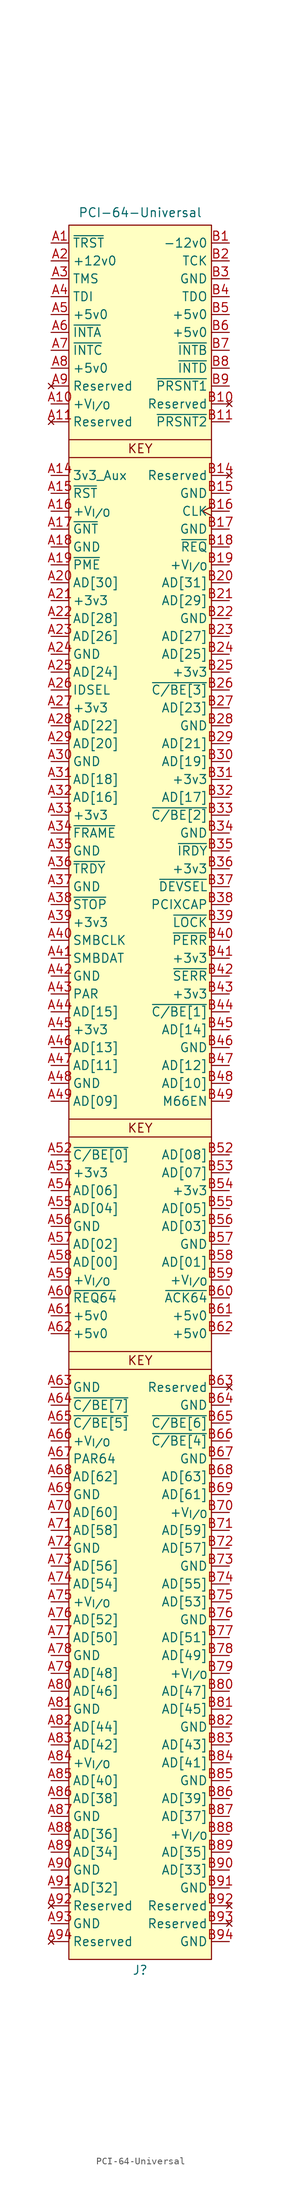
<source format=kicad_sym>
(kicad_symbol_lib
  (version 20241209)
  (generator "kicad_symbol_editor")
  (generator_version "9.0")
  (symbol "PCI-64-Universal"
    (property "Reference" "J"
      (at 0 -216.154 0)
      (effects (font (size 1.27 1.27))))
    (property "Value" "PCI-64-Universal"
      (at 0 33.528 0)
      (effects (font (size 1.27 1.27))))
    (symbol "PCI-64-Universal_1_1"
      (rectangle (start -10.16 31.75) (end 10.16 -214.63) (stroke (width 0) (type solid)) (fill (type background)))
      (polyline (pts (xy -10.16 1.27) (xy 10.16 1.27)) (stroke (width 0) (type default)) (fill (type none)))
      (polyline (pts (xy -10.16 -1.27) (xy 10.16 -1.27)) (stroke (width 0) (type default)) (fill (type none)))
      (polyline (pts (xy -10.16 -95.25) (xy 10.16 -95.25)) (stroke (width 0) (type default)) (fill (type none)))
      (polyline (pts (xy -10.16 -97.79) (xy 10.16 -97.79)) (stroke (width 0) (type default)) (fill (type none)))
      (polyline (pts (xy -10.16 -128.27) (xy 10.16 -128.27)) (stroke (width 0) (type default)) (fill (type none)))
      (polyline (pts (xy -10.16 -130.81) (xy 10.16 -130.81)) (stroke (width 0) (type default)) (fill (type none)))
      (text "KEY" (at 0 0 0) (effects (font (size 1.27 1.27))))
      (text "KEY" (at 0 -96.52 0) (effects (font (size 1.27 1.27))))
      (text "KEY" (at 0 -129.54 0) (effects (font (size 1.27 1.27))))
      (pin input line (at -12.7 29.21 0) (length 2.54) (name "~{TRST}" (effects (font (size 1.27 1.27)))) (number "A1" (effects (font (size 1.27 1.27)))))
      (pin power_in line (at -12.7 26.67 0) (length 2.54) (name "+12v0" (effects (font (size 1.27 1.27)))) (number "A2" (effects (font (size 1.27 1.27)))))
      (pin input line (at -12.7 24.13 0) (length 2.54) (name "TMS" (effects (font (size 1.27 1.27)))) (number "A3" (effects (font (size 1.27 1.27)))))
      (pin input line (at -12.7 21.59 0) (length 2.54) (name "TDI" (effects (font (size 1.27 1.27)))) (number "A4" (effects (font (size 1.27 1.27)))))
      (pin power_in line (at -12.7 19.05 0) (length 2.54) (name "+5v0" (effects (font (size 1.27 1.27)))) (number "A5" (effects (font (size 1.27 1.27)))))
      (pin open_emitter line (at -12.7 16.51 0) (length 2.54) (name "~{INTA}" (effects (font (size 1.27 1.27)))) (number "A6" (effects (font (size 1.27 1.27)))))
      (pin open_emitter line (at -12.7 13.97 0) (length 2.54) (name "~{INTC}" (effects (font (size 1.27 1.27)))) (number "A7" (effects (font (size 1.27 1.27)))))
      (pin power_in line (at -12.7 11.43 0) (length 2.54) (name "+5v0" (effects (font (size 1.27 1.27)))) (number "A8" (effects (font (size 1.27 1.27)))))
      (pin no_connect line (at -12.7 8.89 0) (length 2.54) (name "Reserved" (effects (font (size 1.27 1.27)))) (number "A9" (effects (font (size 1.27 1.27)))))
      (pin power_in line (at -12.7 6.35 0) (length 2.54) (name "+V_{I/O}" (effects (font (size 1.27 1.27)))) (number "A10" (effects (font (size 1.27 1.27)))))
      (pin no_connect line (at -12.7 3.81 0) (length 2.54) (name "Reserved" (effects (font (size 1.27 1.27)))) (number "A11" (effects (font (size 1.27 1.27)))))
      (pin power_in line (at -12.7 -3.81 0) (length 2.54) (name "3v3_Aux" (effects (font (size 1.27 1.27)))) (number "A14" (effects (font (size 1.27 1.27)))))
      (pin input line (at -12.7 -6.35 0) (length 2.54) (name "~{RST}" (effects (font (size 1.27 1.27)))) (number "A15" (effects (font (size 1.27 1.27)))))
      (pin power_in line (at -12.7 -8.89 0) (length 2.54) (name "+V_{I/O}" (effects (font (size 1.27 1.27)))) (number "A16" (effects (font (size 1.27 1.27)))))
      (pin tri_state line (at -12.7 -11.43 0) (length 2.54) (name "~{GNT}" (effects (font (size 1.27 1.27)))) (number "A17" (effects (font (size 1.27 1.27)))))
      (pin power_in line (at -12.7 -13.97 0) (length 2.54) (name "GND" (effects (font (size 1.27 1.27)))) (number "A18" (effects (font (size 1.27 1.27)))))
      (pin open_emitter line (at -12.7 -16.51 0) (length 2.54) (name "~{PME}" (effects (font (size 1.27 1.27)))) (number "A19" (effects (font (size 1.27 1.27)))))
      (pin tri_state line (at -12.7 -19.05 0) (length 2.54) (name "AD[30]" (effects (font (size 1.27 1.27)))) (number "A20" (effects (font (size 1.27 1.27)))))
      (pin power_in line (at -12.7 -21.59 0) (length 2.54) (name "+3v3" (effects (font (size 1.27 1.27)))) (number "A21" (effects (font (size 1.27 1.27)))))
      (pin tri_state line (at -12.7 -24.13 0) (length 2.54) (name "AD[28]" (effects (font (size 1.27 1.27)))) (number "A22" (effects (font (size 1.27 1.27)))))
      (pin tri_state line (at -12.7 -26.67 0) (length 2.54) (name "AD[26]" (effects (font (size 1.27 1.27)))) (number "A23" (effects (font (size 1.27 1.27)))))
      (pin power_in line (at -12.7 -29.21 0) (length 2.54) (name "GND" (effects (font (size 1.27 1.27)))) (number "A24" (effects (font (size 1.27 1.27)))))
      (pin tri_state line (at -12.7 -31.75 0) (length 2.54) (name "AD[24]" (effects (font (size 1.27 1.27)))) (number "A25" (effects (font (size 1.27 1.27)))))
      (pin input line (at -12.7 -34.29 0) (length 2.54) (name "IDSEL" (effects (font (size 1.27 1.27)))) (number "A26" (effects (font (size 1.27 1.27)))))
      (pin power_in line (at -12.7 -36.83 0) (length 2.54) (name "+3v3" (effects (font (size 1.27 1.27)))) (number "A27" (effects (font (size 1.27 1.27)))))
      (pin tri_state line (at -12.7 -39.37 0) (length 2.54) (name "AD[22]" (effects (font (size 1.27 1.27)))) (number "A28" (effects (font (size 1.27 1.27)))))
      (pin tri_state line (at -12.7 -41.91 0) (length 2.54) (name "AD[20]" (effects (font (size 1.27 1.27)))) (number "A29" (effects (font (size 1.27 1.27)))))
      (pin power_in line (at -12.7 -44.45 0) (length 2.54) (name "GND" (effects (font (size 1.27 1.27)))) (number "A30" (effects (font (size 1.27 1.27)))))
      (pin tri_state line (at -12.7 -46.99 0) (length 2.54) (name "AD[18]" (effects (font (size 1.27 1.27)))) (number "A31" (effects (font (size 1.27 1.27)))))
      (pin tri_state line (at -12.7 -49.53 0) (length 2.54) (name "AD[16]" (effects (font (size 1.27 1.27)))) (number "A32" (effects (font (size 1.27 1.27)))))
      (pin power_in line (at -12.7 -52.07 0) (length 2.54) (name "+3v3" (effects (font (size 1.27 1.27)))) (number "A33" (effects (font (size 1.27 1.27)))))
      (pin tri_state line (at -12.7 -54.61 0) (length 2.54) (name "~{FRAME}" (effects (font (size 1.27 1.27)))) (number "A34" (effects (font (size 1.27 1.27)))))
      (pin power_in line (at -12.7 -57.15 0) (length 2.54) (name "GND" (effects (font (size 1.27 1.27)))) (number "A35" (effects (font (size 1.27 1.27)))))
      (pin tri_state line (at -12.7 -59.69 0) (length 2.54) (name "~{TRDY}" (effects (font (size 1.27 1.27)))) (number "A36" (effects (font (size 1.27 1.27)))))
      (pin power_in line (at -12.7 -62.23 0) (length 2.54) (name "GND" (effects (font (size 1.27 1.27)))) (number "A37" (effects (font (size 1.27 1.27)))))
      (pin tri_state line (at -12.7 -64.77 0) (length 2.54) (name "~{STOP}" (effects (font (size 1.27 1.27)))) (number "A38" (effects (font (size 1.27 1.27)))))
      (pin power_in line (at -12.7 -67.31 0) (length 2.54) (name "+3v3" (effects (font (size 1.27 1.27)))) (number "A39" (effects (font (size 1.27 1.27)))))
      (pin open_emitter line (at -12.7 -69.85 0) (length 2.54) (name "SMBCLK" (effects (font (size 1.27 1.27)))) (number "A40" (effects (font (size 1.27 1.27)))))
      (pin open_emitter line (at -12.7 -72.39 0) (length 2.54) (name "SMBDAT" (effects (font (size 1.27 1.27)))) (number "A41" (effects (font (size 1.27 1.27)))))
      (pin power_in line (at -12.7 -74.93 0) (length 2.54) (name "GND" (effects (font (size 1.27 1.27)))) (number "A42" (effects (font (size 1.27 1.27)))))
      (pin tri_state line (at -12.7 -77.47 0) (length 2.54) (name "PAR" (effects (font (size 1.27 1.27)))) (number "A43" (effects (font (size 1.27 1.27)))))
      (pin tri_state line (at -12.7 -80.01 0) (length 2.54) (name "AD[15]" (effects (font (size 1.27 1.27)))) (number "A44" (effects (font (size 1.27 1.27)))))
      (pin power_in line (at -12.7 -82.55 0) (length 2.54) (name "+3v3" (effects (font (size 1.27 1.27)))) (number "A45" (effects (font (size 1.27 1.27)))))
      (pin tri_state line (at -12.7 -85.09 0) (length 2.54) (name "AD[13]" (effects (font (size 1.27 1.27)))) (number "A46" (effects (font (size 1.27 1.27)))))
      (pin tri_state line (at -12.7 -87.63 0) (length 2.54) (name "AD[11]" (effects (font (size 1.27 1.27)))) (number "A47" (effects (font (size 1.27 1.27)))))
      (pin power_in line (at -12.7 -90.17 0) (length 2.54) (name "GND" (effects (font (size 1.27 1.27)))) (number "A48" (effects (font (size 1.27 1.27)))))
      (pin tri_state line (at -12.7 -92.71 0) (length 2.54) (name "AD[09]" (effects (font (size 1.27 1.27)))) (number "A49" (effects (font (size 1.27 1.27)))))
      (pin tri_state line (at -12.7 -100.33 0) (length 2.54) (name "~{C/BE[0]}" (effects (font (size 1.27 1.27)))) (number "A52" (effects (font (size 1.27 1.27)))))
      (pin power_in line (at -12.7 -102.87 0) (length 2.54) (name "+3v3" (effects (font (size 1.27 1.27)))) (number "A53" (effects (font (size 1.27 1.27)))))
      (pin tri_state line (at -12.7 -105.41 0) (length 2.54) (name "AD[06]" (effects (font (size 1.27 1.27)))) (number "A54" (effects (font (size 1.27 1.27)))))
      (pin tri_state line (at -12.7 -107.95 0) (length 2.54) (name "AD[04]" (effects (font (size 1.27 1.27)))) (number "A55" (effects (font (size 1.27 1.27)))))
      (pin power_in line (at -12.7 -110.49 0) (length 2.54) (name "GND" (effects (font (size 1.27 1.27)))) (number "A56" (effects (font (size 1.27 1.27)))))
      (pin tri_state line (at -12.7 -113.03 0) (length 2.54) (name "AD[02]" (effects (font (size 1.27 1.27)))) (number "A57" (effects (font (size 1.27 1.27)))))
      (pin tri_state line (at -12.7 -115.57 0) (length 2.54) (name "AD[00]" (effects (font (size 1.27 1.27)))) (number "A58" (effects (font (size 1.27 1.27)))))
      (pin power_in line (at -12.7 -118.11 0) (length 2.54) (name "+V_{I/O}" (effects (font (size 1.27 1.27)))) (number "A59" (effects (font (size 1.27 1.27)))))
      (pin tri_state line (at -12.7 -120.65 0) (length 2.54) (name "~{REQ64}" (effects (font (size 1.27 1.27)))) (number "A60" (effects (font (size 1.27 1.27)))))
      (pin power_in line (at -12.7 -123.19 0) (length 2.54) (name "+5v0" (effects (font (size 1.27 1.27)))) (number "A61" (effects (font (size 1.27 1.27)))))
      (pin power_in line (at -12.7 -125.73 0) (length 2.54) (name "+5v0" (effects (font (size 1.27 1.27)))) (number "A62" (effects (font (size 1.27 1.27)))))
      (pin power_in line (at -12.7 -133.35 0) (length 2.54) (name "GND" (effects (font (size 1.27 1.27)))) (number "A63" (effects (font (size 1.27 1.27)))))
      (pin tri_state line (at -12.7 -135.89 0) (length 2.54) (name "~{C/BE[7]}" (effects (font (size 1.27 1.27)))) (number "A64" (effects (font (size 1.27 1.27)))))
      (pin tri_state line (at -12.7 -138.43 0) (length 2.54) (name "~{C/BE[5]}" (effects (font (size 1.27 1.27)))) (number "A65" (effects (font (size 1.27 1.27)))))
      (pin power_in line (at -12.7 -140.97 0) (length 2.54) (name "+V_{I/O}" (effects (font (size 1.27 1.27)))) (number "A66" (effects (font (size 1.27 1.27)))))
      (pin tri_state line (at -12.7 -143.51 0) (length 2.54) (name "PAR64" (effects (font (size 1.27 1.27)))) (number "A67" (effects (font (size 1.27 1.27)))))
      (pin tri_state line (at -12.7 -146.05 0) (length 2.54) (name "AD[62]" (effects (font (size 1.27 1.27)))) (number "A68" (effects (font (size 1.27 1.27)))))
      (pin power_in line (at -12.7 -148.59 0) (length 2.54) (name "GND" (effects (font (size 1.27 1.27)))) (number "A69" (effects (font (size 1.27 1.27)))))
      (pin tri_state line (at -12.7 -151.13 0) (length 2.54) (name "AD[60]" (effects (font (size 1.27 1.27)))) (number "A70" (effects (font (size 1.27 1.27)))))
      (pin tri_state line (at -12.7 -153.67 0) (length 2.54) (name "AD[58]" (effects (font (size 1.27 1.27)))) (number "A71" (effects (font (size 1.27 1.27)))))
      (pin power_in line (at -12.7 -156.21 0) (length 2.54) (name "GND" (effects (font (size 1.27 1.27)))) (number "A72" (effects (font (size 1.27 1.27)))))
      (pin tri_state line (at -12.7 -158.75 0) (length 2.54) (name "AD[56]" (effects (font (size 1.27 1.27)))) (number "A73" (effects (font (size 1.27 1.27)))))
      (pin tri_state line (at -12.7 -161.29 0) (length 2.54) (name "AD[54]" (effects (font (size 1.27 1.27)))) (number "A74" (effects (font (size 1.27 1.27)))))
      (pin power_in line (at -12.7 -163.83 0) (length 2.54) (name "+V_{I/O}" (effects (font (size 1.27 1.27)))) (number "A75" (effects (font (size 1.27 1.27)))))
      (pin tri_state line (at -12.7 -166.37 0) (length 2.54) (name "AD[52]" (effects (font (size 1.27 1.27)))) (number "A76" (effects (font (size 1.27 1.27)))))
      (pin tri_state line (at -12.7 -168.91 0) (length 2.54) (name "AD[50]" (effects (font (size 1.27 1.27)))) (number "A77" (effects (font (size 1.27 1.27)))))
      (pin power_in line (at -12.7 -171.45 0) (length 2.54) (name "GND" (effects (font (size 1.27 1.27)))) (number "A78" (effects (font (size 1.27 1.27)))))
      (pin tri_state line (at -12.7 -173.99 0) (length 2.54) (name "AD[48]" (effects (font (size 1.27 1.27)))) (number "A79" (effects (font (size 1.27 1.27)))))
      (pin tri_state line (at -12.7 -176.53 0) (length 2.54) (name "AD[46]" (effects (font (size 1.27 1.27)))) (number "A80" (effects (font (size 1.27 1.27)))))
      (pin power_in line (at -12.7 -179.07 0) (length 2.54) (name "GND" (effects (font (size 1.27 1.27)))) (number "A81" (effects (font (size 1.27 1.27)))))
      (pin tri_state line (at -12.7 -181.61 0) (length 2.54) (name "AD[44]" (effects (font (size 1.27 1.27)))) (number "A82" (effects (font (size 1.27 1.27)))))
      (pin tri_state line (at -12.7 -184.15 0) (length 2.54) (name "AD[42]" (effects (font (size 1.27 1.27)))) (number "A83" (effects (font (size 1.27 1.27)))))
      (pin power_in line (at -12.7 -186.69 0) (length 2.54) (name "+V_{I/O}" (effects (font (size 1.27 1.27)))) (number "A84" (effects (font (size 1.27 1.27)))))
      (pin tri_state line (at -12.7 -189.23 0) (length 2.54) (name "AD[40]" (effects (font (size 1.27 1.27)))) (number "A85" (effects (font (size 1.27 1.27)))))
      (pin tri_state line (at -12.7 -191.77 0) (length 2.54) (name "AD[38]" (effects (font (size 1.27 1.27)))) (number "A86" (effects (font (size 1.27 1.27)))))
      (pin power_in line (at -12.7 -194.31 0) (length 2.54) (name "GND" (effects (font (size 1.27 1.27)))) (number "A87" (effects (font (size 1.27 1.27)))))
      (pin tri_state line (at -12.7 -196.85 0) (length 2.54) (name "AD[36]" (effects (font (size 1.27 1.27)))) (number "A88" (effects (font (size 1.27 1.27)))))
      (pin tri_state line (at -12.7 -199.39 0) (length 2.54) (name "AD[34]" (effects (font (size 1.27 1.27)))) (number "A89" (effects (font (size 1.27 1.27)))))
      (pin power_in line (at -12.7 -201.93 0) (length 2.54) (name "GND" (effects (font (size 1.27 1.27)))) (number "A90" (effects (font (size 1.27 1.27)))))
      (pin tri_state line (at -12.7 -204.47 0) (length 2.54) (name "AD[32]" (effects (font (size 1.27 1.27)))) (number "A91" (effects (font (size 1.27 1.27)))))
      (pin no_connect line (at -12.7 -207.01 0) (length 2.54) (name "Reserved" (effects (font (size 1.27 1.27)))) (number "A92" (effects (font (size 1.27 1.27)))))
      (pin power_in line (at -12.7 -209.55 0) (length 2.54) (name "GND" (effects (font (size 1.27 1.27)))) (number "A93" (effects (font (size 1.27 1.27)))))
      (pin no_connect line (at -12.7 -212.09 0) (length 2.54) (name "Reserved" (effects (font (size 1.27 1.27)))) (number "A94" (effects (font (size 1.27 1.27)))))
      (pin power_in line (at 12.7 29.21 180) (length 2.54) (name "-12v0" (effects (font (size 1.27 1.27)))) (number "B1" (effects (font (size 1.27 1.27)))))
      (pin input line (at 12.7 26.67 180) (length 2.54) (name "TCK" (effects (font (size 1.27 1.27)))) (number "B2" (effects (font (size 1.27 1.27)))))
      (pin power_in line (at 12.7 24.13 180) (length 2.54) (name "GND" (effects (font (size 1.27 1.27)))) (number "B3" (effects (font (size 1.27 1.27)))))
      (pin output line (at 12.7 21.59 180) (length 2.54) (name "TDO" (effects (font (size 1.27 1.27)))) (number "B4" (effects (font (size 1.27 1.27)))))
      (pin power_in line (at 12.7 19.05 180) (length 2.54) (name "+5v0" (effects (font (size 1.27 1.27)))) (number "B5" (effects (font (size 1.27 1.27)))))
      (pin power_in line (at 12.7 16.51 180) (length 2.54) (name "+5v0" (effects (font (size 1.27 1.27)))) (number "B6" (effects (font (size 1.27 1.27)))))
      (pin open_emitter line (at 12.7 13.97 180) (length 2.54) (name "~{INTB}" (effects (font (size 1.27 1.27)))) (number "B7" (effects (font (size 1.27 1.27)))))
      (pin open_emitter line (at 12.7 11.43 180) (length 2.54) (name "~{INTD}" (effects (font (size 1.27 1.27)))) (number "B8" (effects (font (size 1.27 1.27)))))
      (pin input line (at 12.7 8.89 180) (length 2.54) (name "~{PRSNT1}" (effects (font (size 1.27 1.27)))) (number "B9" (effects (font (size 1.27 1.27)))))
      (pin no_connect line (at 12.7 6.35 180) (length 2.54) (name "Reserved" (effects (font (size 1.27 1.27)))) (number "B10" (effects (font (size 1.27 1.27)))))
      (pin input line (at 12.7 3.81 180) (length 2.54) (name "~{PRSNT2}" (effects (font (size 1.27 1.27)))) (number "B11" (effects (font (size 1.27 1.27)))))
      (pin no_connect line (at 12.7 -3.81 180) (length 2.54) (name "Reserved" (effects (font (size 1.27 1.27)))) (number "B14" (effects (font (size 1.27 1.27)))))
      (pin power_in line (at 12.7 -6.35 180) (length 2.54) (name "GND" (effects (font (size 1.27 1.27)))) (number "B15" (effects (font (size 1.27 1.27)))))
      (pin input clock (at 12.7 -8.89 180) (length 2.54) (name "CLK" (effects (font (size 1.27 1.27)))) (number "B16" (effects (font (size 1.27 1.27)))))
      (pin power_in line (at 12.7 -11.43 180) (length 2.54) (name "GND" (effects (font (size 1.27 1.27)))) (number "B17" (effects (font (size 1.27 1.27)))))
      (pin tri_state line (at 12.7 -13.97 180) (length 2.54) (name "~{REQ}" (effects (font (size 1.27 1.27)))) (number "B18" (effects (font (size 1.27 1.27)))))
      (pin power_in line (at 12.7 -16.51 180) (length 2.54) (name "+V_{I/O}" (effects (font (size 1.27 1.27)))) (number "B19" (effects (font (size 1.27 1.27)))))
      (pin tri_state line (at 12.7 -19.05 180) (length 2.54) (name "AD[31]" (effects (font (size 1.27 1.27)))) (number "B20" (effects (font (size 1.27 1.27)))))
      (pin tri_state line (at 12.7 -21.59 180) (length 2.54) (name "AD[29]" (effects (font (size 1.27 1.27)))) (number "B21" (effects (font (size 1.27 1.27)))))
      (pin power_in line (at 12.7 -24.13 180) (length 2.54) (name "GND" (effects (font (size 1.27 1.27)))) (number "B22" (effects (font (size 1.27 1.27)))))
      (pin tri_state line (at 12.7 -26.67 180) (length 2.54) (name "AD[27]" (effects (font (size 1.27 1.27)))) (number "B23" (effects (font (size 1.27 1.27)))))
      (pin tri_state line (at 12.7 -29.21 180) (length 2.54) (name "AD[25]" (effects (font (size 1.27 1.27)))) (number "B24" (effects (font (size 1.27 1.27)))))
      (pin power_in line (at 12.7 -31.75 180) (length 2.54) (name "+3v3" (effects (font (size 1.27 1.27)))) (number "B25" (effects (font (size 1.27 1.27)))))
      (pin tri_state line (at 12.7 -34.29 180) (length 2.54) (name "~{C/BE[3]}" (effects (font (size 1.27 1.27)))) (number "B26" (effects (font (size 1.27 1.27)))))
      (pin tri_state line (at 12.7 -36.83 180) (length 2.54) (name "AD[23]" (effects (font (size 1.27 1.27)))) (number "B27" (effects (font (size 1.27 1.27)))))
      (pin power_in line (at 12.7 -39.37 180) (length 2.54) (name "GND" (effects (font (size 1.27 1.27)))) (number "B28" (effects (font (size 1.27 1.27)))))
      (pin tri_state line (at 12.7 -41.91 180) (length 2.54) (name "AD[21]" (effects (font (size 1.27 1.27)))) (number "B29" (effects (font (size 1.27 1.27)))))
      (pin tri_state line (at 12.7 -44.45 180) (length 2.54) (name "AD[19]" (effects (font (size 1.27 1.27)))) (number "B30" (effects (font (size 1.27 1.27)))))
      (pin power_in line (at 12.7 -46.99 180) (length 2.54) (name "+3v3" (effects (font (size 1.27 1.27)))) (number "B31" (effects (font (size 1.27 1.27)))))
      (pin tri_state line (at 12.7 -49.53 180) (length 2.54) (name "AD[17]" (effects (font (size 1.27 1.27)))) (number "B32" (effects (font (size 1.27 1.27)))))
      (pin tri_state line (at 12.7 -52.07 180) (length 2.54) (name "~{C/BE[2]}" (effects (font (size 1.27 1.27)))) (number "B33" (effects (font (size 1.27 1.27)))))
      (pin power_in line (at 12.7 -54.61 180) (length 2.54) (name "GND" (effects (font (size 1.27 1.27)))) (number "B34" (effects (font (size 1.27 1.27)))))
      (pin tri_state line (at 12.7 -57.15 180) (length 2.54) (name "~{IRDY}" (effects (font (size 1.27 1.27)))) (number "B35" (effects (font (size 1.27 1.27)))))
      (pin power_in line (at 12.7 -59.69 180) (length 2.54) (name "+3v3" (effects (font (size 1.27 1.27)))) (number "B36" (effects (font (size 1.27 1.27)))))
      (pin tri_state line (at 12.7 -62.23 180) (length 2.54) (name "~{DEVSEL}" (effects (font (size 1.27 1.27)))) (number "B37" (effects (font (size 1.27 1.27)))))
      (pin passive line (at 12.7 -64.77 180) (length 2.54) (name "PCIXCAP" (effects (font (size 1.27 1.27)))) (number "B38" (effects (font (size 1.27 1.27)))))
      (pin tri_state line (at 12.7 -67.31 180) (length 2.54) (name "~{LOCK}" (effects (font (size 1.27 1.27)))) (number "B39" (effects (font (size 1.27 1.27)))))
      (pin tri_state line (at 12.7 -69.85 180) (length 2.54) (name "~{PERR}" (effects (font (size 1.27 1.27)))) (number "B40" (effects (font (size 1.27 1.27)))))
      (pin power_in line (at 12.7 -72.39 180) (length 2.54) (name "+3v3" (effects (font (size 1.27 1.27)))) (number "B41" (effects (font (size 1.27 1.27)))))
      (pin open_emitter line (at 12.7 -74.93 180) (length 2.54) (name "~{SERR}" (effects (font (size 1.27 1.27)))) (number "B42" (effects (font (size 1.27 1.27)))))
      (pin power_in line (at 12.7 -77.47 180) (length 2.54) (name "+3v3" (effects (font (size 1.27 1.27)))) (number "B43" (effects (font (size 1.27 1.27)))))
      (pin tri_state line (at 12.7 -80.01 180) (length 2.54) (name "~{C/BE[1]}" (effects (font (size 1.27 1.27)))) (number "B44" (effects (font (size 1.27 1.27)))))
      (pin tri_state line (at 12.7 -82.55 180) (length 2.54) (name "AD[14]" (effects (font (size 1.27 1.27)))) (number "B45" (effects (font (size 1.27 1.27)))))
      (pin power_in line (at 12.7 -85.09 180) (length 2.54) (name "GND" (effects (font (size 1.27 1.27)))) (number "B46" (effects (font (size 1.27 1.27)))))
      (pin tri_state line (at 12.7 -87.63 180) (length 2.54) (name "AD[12]" (effects (font (size 1.27 1.27)))) (number "B47" (effects (font (size 1.27 1.27)))))
      (pin tri_state line (at 12.7 -90.17 180) (length 2.54) (name "AD[10]" (effects (font (size 1.27 1.27)))) (number "B48" (effects (font (size 1.27 1.27)))))
      (pin input line (at 12.7 -92.71 180) (length 2.54) (name "M66EN" (effects (font (size 1.27 1.27)))) (number "B49" (effects (font (size 1.27 1.27)))))
      (pin tri_state line (at 12.7 -100.33 180) (length 2.54) (name "AD[08]" (effects (font (size 1.27 1.27)))) (number "B52" (effects (font (size 1.27 1.27)))))
      (pin tri_state line (at 12.7 -102.87 180) (length 2.54) (name "AD[07]" (effects (font (size 1.27 1.27)))) (number "B53" (effects (font (size 1.27 1.27)))))
      (pin power_in line (at 12.7 -105.41 180) (length 2.54) (name "+3v3" (effects (font (size 1.27 1.27)))) (number "B54" (effects (font (size 1.27 1.27)))))
      (pin tri_state line (at 12.7 -107.95 180) (length 2.54) (name "AD[05]" (effects (font (size 1.27 1.27)))) (number "B55" (effects (font (size 1.27 1.27)))))
      (pin tri_state line (at 12.7 -110.49 180) (length 2.54) (name "AD[03]" (effects (font (size 1.27 1.27)))) (number "B56" (effects (font (size 1.27 1.27)))))
      (pin power_in line (at 12.7 -113.03 180) (length 2.54) (name "GND" (effects (font (size 1.27 1.27)))) (number "B57" (effects (font (size 1.27 1.27)))))
      (pin tri_state line (at 12.7 -115.57 180) (length 2.54) (name "AD[01]" (effects (font (size 1.27 1.27)))) (number "B58" (effects (font (size 1.27 1.27)))))
      (pin power_in line (at 12.7 -118.11 180) (length 2.54) (name "+V_{I/O}" (effects (font (size 1.27 1.27)))) (number "B59" (effects (font (size 1.27 1.27)))))
      (pin tri_state line (at 12.7 -120.65 180) (length 2.54) (name "~{ACK64}" (effects (font (size 1.27 1.27)))) (number "B60" (effects (font (size 1.27 1.27)))))
      (pin power_in line (at 12.7 -123.19 180) (length 2.54) (name "+5v0" (effects (font (size 1.27 1.27)))) (number "B61" (effects (font (size 1.27 1.27)))))
      (pin power_in line (at 12.7 -125.73 180) (length 2.54) (name "+5v0" (effects (font (size 1.27 1.27)))) (number "B62" (effects (font (size 1.27 1.27)))))
      (pin no_connect line (at 12.7 -133.35 180) (length 2.54) (name "Reserved" (effects (font (size 1.27 1.27)))) (number "B63" (effects (font (size 1.27 1.27)))))
      (pin power_in line (at 12.7 -135.89 180) (length 2.54) (name "GND" (effects (font (size 1.27 1.27)))) (number "B64" (effects (font (size 1.27 1.27)))))
      (pin tri_state line (at 12.7 -138.43 180) (length 2.54) (name "~{C/BE[6]}" (effects (font (size 1.27 1.27)))) (number "B65" (effects (font (size 1.27 1.27)))))
      (pin tri_state line (at 12.7 -140.97 180) (length 2.54) (name "~{C/BE[4]}" (effects (font (size 1.27 1.27)))) (number "B66" (effects (font (size 1.27 1.27)))))
      (pin power_in line (at 12.7 -143.51 180) (length 2.54) (name "GND" (effects (font (size 1.27 1.27)))) (number "B67" (effects (font (size 1.27 1.27)))))
      (pin tri_state line (at 12.7 -146.05 180) (length 2.54) (name "AD[63]" (effects (font (size 1.27 1.27)))) (number "B68" (effects (font (size 1.27 1.27)))))
      (pin tri_state line (at 12.7 -148.59 180) (length 2.54) (name "AD[61]" (effects (font (size 1.27 1.27)))) (number "B69" (effects (font (size 1.27 1.27)))))
      (pin power_in line (at 12.7 -151.13 180) (length 2.54) (name "+V_{I/O}" (effects (font (size 1.27 1.27)))) (number "B70" (effects (font (size 1.27 1.27)))))
      (pin tri_state line (at 12.7 -153.67 180) (length 2.54) (name "AD[59]" (effects (font (size 1.27 1.27)))) (number "B71" (effects (font (size 1.27 1.27)))))
      (pin tri_state line (at 12.7 -156.21 180) (length 2.54) (name "AD[57]" (effects (font (size 1.27 1.27)))) (number "B72" (effects (font (size 1.27 1.27)))))
      (pin power_in line (at 12.7 -158.75 180) (length 2.54) (name "GND" (effects (font (size 1.27 1.27)))) (number "B73" (effects (font (size 1.27 1.27)))))
      (pin tri_state line (at 12.7 -161.29 180) (length 2.54) (name "AD[55]" (effects (font (size 1.27 1.27)))) (number "B74" (effects (font (size 1.27 1.27)))))
      (pin tri_state line (at 12.7 -163.83 180) (length 2.54) (name "AD[53]" (effects (font (size 1.27 1.27)))) (number "B75" (effects (font (size 1.27 1.27)))))
      (pin power_in line (at 12.7 -166.37 180) (length 2.54) (name "GND" (effects (font (size 1.27 1.27)))) (number "B76" (effects (font (size 1.27 1.27)))))
      (pin tri_state line (at 12.7 -168.91 180) (length 2.54) (name "AD[51]" (effects (font (size 1.27 1.27)))) (number "B77" (effects (font (size 1.27 1.27)))))
      (pin tri_state line (at 12.7 -171.45 180) (length 2.54) (name "AD[49]" (effects (font (size 1.27 1.27)))) (number "B78" (effects (font (size 1.27 1.27)))))
      (pin power_in line (at 12.7 -173.99 180) (length 2.54) (name "+V_{I/O}" (effects (font (size 1.27 1.27)))) (number "B79" (effects (font (size 1.27 1.27)))))
      (pin tri_state line (at 12.7 -176.53 180) (length 2.54) (name "AD[47]" (effects (font (size 1.27 1.27)))) (number "B80" (effects (font (size 1.27 1.27)))))
      (pin tri_state line (at 12.7 -179.07 180) (length 2.54) (name "AD[45]" (effects (font (size 1.27 1.27)))) (number "B81" (effects (font (size 1.27 1.27)))))
      (pin power_in line (at 12.7 -181.61 180) (length 2.54) (name "GND" (effects (font (size 1.27 1.27)))) (number "B82" (effects (font (size 1.27 1.27)))))
      (pin tri_state line (at 12.7 -184.15 180) (length 2.54) (name "AD[43]" (effects (font (size 1.27 1.27)))) (number "B83" (effects (font (size 1.27 1.27)))))
      (pin tri_state line (at 12.7 -186.69 180) (length 2.54) (name "AD[41]" (effects (font (size 1.27 1.27)))) (number "B84" (effects (font (size 1.27 1.27)))))
      (pin power_in line (at 12.7 -189.23 180) (length 2.54) (name "GND" (effects (font (size 1.27 1.27)))) (number "B85" (effects (font (size 1.27 1.27)))))
      (pin tri_state line (at 12.7 -191.77 180) (length 2.54) (name "AD[39]" (effects (font (size 1.27 1.27)))) (number "B86" (effects (font (size 1.27 1.27)))))
      (pin tri_state line (at 12.7 -194.31 180) (length 2.54) (name "AD[37]" (effects (font (size 1.27 1.27)))) (number "B87" (effects (font (size 1.27 1.27)))))
      (pin power_in line (at 12.7 -196.85 180) (length 2.54) (name "+V_{I/O}" (effects (font (size 1.27 1.27)))) (number "B88" (effects (font (size 1.27 1.27)))))
      (pin tri_state line (at 12.7 -199.39 180) (length 2.54) (name "AD[35]" (effects (font (size 1.27 1.27)))) (number "B89" (effects (font (size 1.27 1.27)))))
      (pin tri_state line (at 12.7 -201.93 180) (length 2.54) (name "AD[33]" (effects (font (size 1.27 1.27)))) (number "B90" (effects (font (size 1.27 1.27)))))
      (pin power_in line (at 12.7 -204.47 180) (length 2.54) (name "GND" (effects (font (size 1.27 1.27)))) (number "B91" (effects (font (size 1.27 1.27)))))
      (pin no_connect line (at 12.7 -207.01 180) (length 2.54) (name "Reserved" (effects (font (size 1.27 1.27)))) (number "B92" (effects (font (size 1.27 1.27)))))
      (pin no_connect line (at 12.7 -209.55 180) (length 2.54) (name "Reserved" (effects (font (size 1.27 1.27)))) (number "B93" (effects (font (size 1.27 1.27)))))
      (pin power_in line (at 12.7 -212.09 180) (length 2.54) (name "GND" (effects (font (size 1.27 1.27)))) (number "B94" (effects (font (size 1.27 1.27))))))))
</source>
